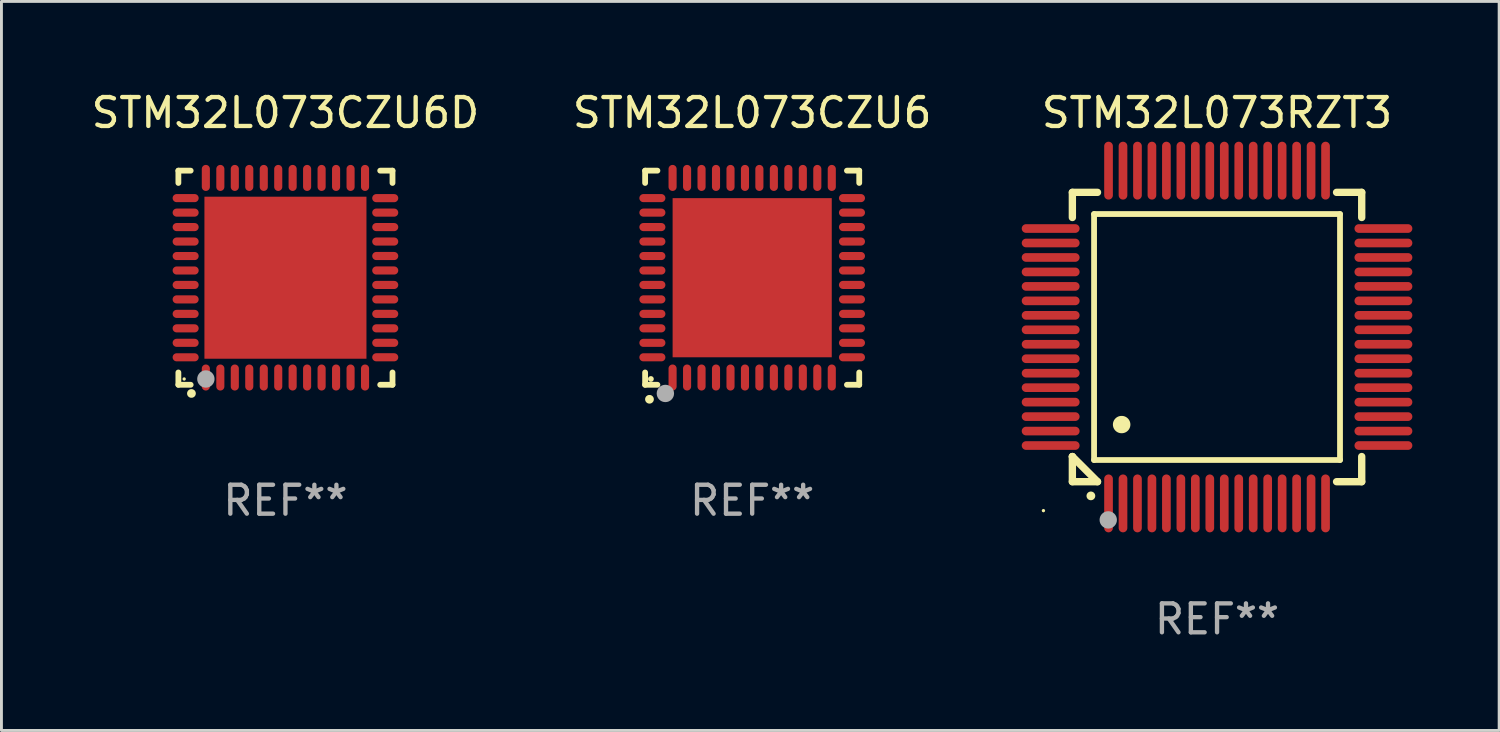
<source format=kicad_pcb>
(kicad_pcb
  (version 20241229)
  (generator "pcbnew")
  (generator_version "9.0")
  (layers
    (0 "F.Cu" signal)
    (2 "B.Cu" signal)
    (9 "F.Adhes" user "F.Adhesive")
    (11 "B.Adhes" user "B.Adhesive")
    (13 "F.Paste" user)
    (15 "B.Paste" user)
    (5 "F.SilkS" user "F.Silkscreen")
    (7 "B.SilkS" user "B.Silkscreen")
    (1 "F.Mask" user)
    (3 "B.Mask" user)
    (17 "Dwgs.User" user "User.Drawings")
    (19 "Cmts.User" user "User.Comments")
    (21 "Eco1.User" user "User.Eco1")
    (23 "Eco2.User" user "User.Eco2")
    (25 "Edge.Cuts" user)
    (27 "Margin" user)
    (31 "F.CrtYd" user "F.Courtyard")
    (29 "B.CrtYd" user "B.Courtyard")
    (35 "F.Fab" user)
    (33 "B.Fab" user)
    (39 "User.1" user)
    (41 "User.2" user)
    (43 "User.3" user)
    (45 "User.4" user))
  (footprint "STM32L073RZT3"
    (layer "F.Cu")
    (at 39.012 8.598)
    (property "Reference" "STM32L073RZT3" (at 0 -7.75 0) (layer "F.SilkS") (effects (font (size 1 1) (thickness 0.15))))
    (attr through_hole)
    (fp_line (start -5 -5) (end -4.131 -5) (stroke (width 0.254) (type solid)) (layer "F.SilkS"))
    (fp_line (start -5 -4.131) (end -5 -5) (stroke (width 0.254) (type solid)) (layer "F.SilkS"))
    (fp_line (start -5 4.131) (end -5 4.131) (stroke (width 0.254) (type solid)) (layer "F.SilkS"))
    (fp_line (start -5 5) (end -5 4.131) (stroke (width 0.254) (type solid)) (layer "F.SilkS"))
    (fp_line (start -5 4.131) (end -4.131 5) (stroke (width 0.254) (type solid)) (layer "F.SilkS"))
    (fp_line (start -4.25 -4.25) (end -4.25 4.25) (stroke (width 0.2) (type solid)) (layer "F.SilkS"))
    (fp_line (start -4.25 4.25) (end 4.25 4.25) (stroke (width 0.2) (type solid)) (layer "F.SilkS"))
    (fp_line (start -4.131 5) (end -5 5) (stroke (width 0.254) (type solid)) (layer "F.SilkS"))
    (fp_line (start 4.25 -4.25) (end -4.25 -4.25) (stroke (width 0.2) (type solid)) (layer "F.SilkS"))
    (fp_line (start 4.25 4.25) (end 4.25 -4.25) (stroke (width 0.2) (type solid)) (layer "F.SilkS"))
    (fp_line (start 5 -5) (end 4.131 -5) (stroke (width 0.254) (type solid)) (layer "F.SilkS"))
    (fp_line (start 5 -5) (end 5 -4.131) (stroke (width 0.254) (type solid)) (layer "F.SilkS"))
    (fp_line (start 5 4.131) (end 5 5) (stroke (width 0.254) (type solid)) (layer "F.SilkS"))
    (fp_line (start 5 5) (end 4.131 5) (stroke (width 0.254) (type solid)) (layer "F.SilkS"))
    (fp_arc (start -4.361265 5.489992) (mid -4.359995 5.489987) (end -4.358725 5.489992) (stroke (width 0.3) (type solid)) (layer "F.SilkS"))
    (fp_arc (start -3.299467 3.025146) (mid -3.296927 3.025135) (end -3.294387 3.025146) (stroke (width 0.6) (type solid)) (layer "F.SilkS"))
    (fp_circle (center -6 6) (end -5.97 6) (stroke (width 0.06) (type solid)) (fill no) (layer "F.SilkS"))
    (fp_circle (center -3.76 6.32) (end -3.61 6.32) (stroke (width 0.3) (type solid)) (fill no) (layer "F.Fab"))
    (fp_text user "REF**" (at 0 9.75 0) (layer "F.Fab") (effects (font (size 1 1) (thickness 0.15))))
    (pad "1" smd oval (at -3.75 5.75) (size 0.3 2) (layers "F.Cu" "F.Mask" "F.Paste"))
    (pad "2" smd oval (at -3.25 5.75) (size 0.3 2) (layers "F.Cu" "F.Mask" "F.Paste"))
    (pad "3" smd oval (at -2.75 5.75) (size 0.3 2) (layers "F.Cu" "F.Mask" "F.Paste"))
    (pad "4" smd oval (at -2.25 5.75) (size 0.3 2) (layers "F.Cu" "F.Mask" "F.Paste"))
    (pad "5" smd oval (at -1.75 5.75) (size 0.3 2) (layers "F.Cu" "F.Mask" "F.Paste"))
    (pad "6" smd oval (at -1.25 5.75) (size 0.3 2) (layers "F.Cu" "F.Mask" "F.Paste"))
    (pad "7" smd oval (at -0.75 5.75) (size 0.3 2) (layers "F.Cu" "F.Mask" "F.Paste"))
    (pad "8" smd oval (at -0.25 5.75) (size 0.3 2) (layers "F.Cu" "F.Mask" "F.Paste"))
    (pad "9" smd oval (at 0.25 5.75) (size 0.3 2) (layers "F.Cu" "F.Mask" "F.Paste"))
    (pad "10" smd oval (at 0.75 5.75) (size 0.3 2) (layers "F.Cu" "F.Mask" "F.Paste"))
    (pad "11" smd oval (at 1.25 5.75) (size 0.3 2) (layers "F.Cu" "F.Mask" "F.Paste"))
    (pad "12" smd oval (at 1.75 5.75) (size 0.3 2) (layers "F.Cu" "F.Mask" "F.Paste"))
    (pad "13" smd oval (at 2.25 5.75) (size 0.3 2) (layers "F.Cu" "F.Mask" "F.Paste"))
    (pad "14" smd oval (at 2.75 5.75) (size 0.3 2) (layers "F.Cu" "F.Mask" "F.Paste"))
    (pad "15" smd oval (at 3.25 5.75) (size 0.3 2) (layers "F.Cu" "F.Mask" "F.Paste"))
    (pad "16" smd oval (at 3.75 5.75) (size 0.3 2) (layers "F.Cu" "F.Mask" "F.Paste"))
    (pad "17" smd oval (at 5.75 3.75) (size 2 0.3) (layers "F.Cu" "F.Mask" "F.Paste"))
    (pad "18" smd oval (at 5.75 3.25) (size 2 0.3) (layers "F.Cu" "F.Mask" "F.Paste"))
    (pad "19" smd oval (at 5.75 2.75) (size 2 0.3) (layers "F.Cu" "F.Mask" "F.Paste"))
    (pad "20" smd oval (at 5.75 2.25) (size 2 0.3) (layers "F.Cu" "F.Mask" "F.Paste"))
    (pad "21" smd oval (at 5.75 1.75) (size 2 0.3) (layers "F.Cu" "F.Mask" "F.Paste"))
    (pad "22" smd oval (at 5.75 1.25) (size 2 0.3) (layers "F.Cu" "F.Mask" "F.Paste"))
    (pad "23" smd oval (at 5.75 0.75) (size 2 0.3) (layers "F.Cu" "F.Mask" "F.Paste"))
    (pad "24" smd oval (at 5.75 0.25) (size 2 0.3) (layers "F.Cu" "F.Mask" "F.Paste"))
    (pad "25" smd oval (at 5.75 -0.25) (size 2 0.3) (layers "F.Cu" "F.Mask" "F.Paste"))
    (pad "26" smd oval (at 5.75 -0.75) (size 2 0.3) (layers "F.Cu" "F.Mask" "F.Paste"))
    (pad "27" smd oval (at 5.75 -1.25) (size 2 0.3) (layers "F.Cu" "F.Mask" "F.Paste"))
    (pad "28" smd oval (at 5.75 -1.75) (size 2 0.3) (layers "F.Cu" "F.Mask" "F.Paste"))
    (pad "29" smd oval (at 5.75 -2.25) (size 2 0.3) (layers "F.Cu" "F.Mask" "F.Paste"))
    (pad "30" smd oval (at 5.75 -2.75) (size 2 0.3) (layers "F.Cu" "F.Mask" "F.Paste"))
    (pad "31" smd oval (at 5.75 -3.25) (size 2 0.3) (layers "F.Cu" "F.Mask" "F.Paste"))
    (pad "32" smd oval (at 5.75 -3.75) (size 2 0.3) (layers "F.Cu" "F.Mask" "F.Paste"))
    (pad "33" smd oval (at 3.75 -5.75) (size 0.3 2) (layers "F.Cu" "F.Mask" "F.Paste"))
    (pad "34" smd oval (at 3.25 -5.75) (size 0.3 2) (layers "F.Cu" "F.Mask" "F.Paste"))
    (pad "35" smd oval (at 2.75 -5.75) (size 0.3 2) (layers "F.Cu" "F.Mask" "F.Paste"))
    (pad "36" smd oval (at 2.25 -5.75) (size 0.3 2) (layers "F.Cu" "F.Mask" "F.Paste"))
    (pad "37" smd oval (at 1.75 -5.75) (size 0.3 2) (layers "F.Cu" "F.Mask" "F.Paste"))
    (pad "38" smd oval (at 1.25 -5.75) (size 0.3 2) (layers "F.Cu" "F.Mask" "F.Paste"))
    (pad "39" smd oval (at 0.75 -5.75) (size 0.3 2) (layers "F.Cu" "F.Mask" "F.Paste"))
    (pad "40" smd oval (at 0.25 -5.75) (size 0.3 2) (layers "F.Cu" "F.Mask" "F.Paste"))
    (pad "41" smd oval (at -0.25 -5.75) (size 0.3 2) (layers "F.Cu" "F.Mask" "F.Paste"))
    (pad "42" smd oval (at -0.75 -5.75) (size 0.3 2) (layers "F.Cu" "F.Mask" "F.Paste"))
    (pad "43" smd oval (at -1.25 -5.75) (size 0.3 2) (layers "F.Cu" "F.Mask" "F.Paste"))
    (pad "44" smd oval (at -1.75 -5.75) (size 0.3 2) (layers "F.Cu" "F.Mask" "F.Paste"))
    (pad "45" smd oval (at -2.25 -5.75) (size 0.3 2) (layers "F.Cu" "F.Mask" "F.Paste"))
    (pad "46" smd oval (at -2.75 -5.75) (size 0.3 2) (layers "F.Cu" "F.Mask" "F.Paste"))
    (pad "47" smd oval (at -3.25 -5.75) (size 0.3 2) (layers "F.Cu" "F.Mask" "F.Paste"))
    (pad "48" smd oval (at -3.75 -5.75) (size 0.3 2) (layers "F.Cu" "F.Mask" "F.Paste"))
    (pad "49" smd oval (at -5.75 -3.75) (size 2 0.3) (layers "F.Cu" "F.Mask" "F.Paste"))
    (pad "50" smd oval (at -5.75 -3.25) (size 2 0.3) (layers "F.Cu" "F.Mask" "F.Paste"))
    (pad "51" smd oval (at -5.75 -2.75) (size 2 0.3) (layers "F.Cu" "F.Mask" "F.Paste"))
    (pad "52" smd oval (at -5.75 -2.25) (size 2 0.3) (layers "F.Cu" "F.Mask" "F.Paste"))
    (pad "53" smd oval (at -5.75 -1.75) (size 2 0.3) (layers "F.Cu" "F.Mask" "F.Paste"))
    (pad "54" smd oval (at -5.75 -1.25) (size 2 0.3) (layers "F.Cu" "F.Mask" "F.Paste"))
    (pad "55" smd oval (at -5.75 -0.75) (size 2 0.3) (layers "F.Cu" "F.Mask" "F.Paste"))
    (pad "56" smd oval (at -5.75 -0.25) (size 2 0.3) (layers "F.Cu" "F.Mask" "F.Paste"))
    (pad "57" smd oval (at -5.75 0.25) (size 2 0.3) (layers "F.Cu" "F.Mask" "F.Paste"))
    (pad "58" smd oval (at -5.75 0.75) (size 2 0.3) (layers "F.Cu" "F.Mask" "F.Paste"))
    (pad "59" smd oval (at -5.75 1.25) (size 2 0.3) (layers "F.Cu" "F.Mask" "F.Paste"))
    (pad "60" smd oval (at -5.75 1.75) (size 2 0.3) (layers "F.Cu" "F.Mask" "F.Paste"))
    (pad "61" smd oval (at -5.75 2.25) (size 2 0.3) (layers "F.Cu" "F.Mask" "F.Paste"))
    (pad "62" smd oval (at -5.75 2.75) (size 2 0.3) (layers "F.Cu" "F.Mask" "F.Paste"))
    (pad "63" smd oval (at -5.75 3.25) (size 2 0.3) (layers "F.Cu" "F.Mask" "F.Paste"))
    (pad "64" smd oval (at -5.75 3.75) (size 2 0.3) (layers "F.Cu" "F.Mask" "F.Paste")))
  (footprint "STM32L073CZU6D"
    (layer "F.Cu")
    (at 6.815 6.548)
    (property "Reference" "STM32L073CZU6D" (at 0 -5.7 0) (layer "F.SilkS") (effects (font (size 1 1) (thickness 0.15))))
    (attr through_hole)
    (fp_line (start -3.7 -3.7) (end -3.275 -3.7) (stroke (width 0.2) (type solid)) (layer "F.SilkS"))
    (fp_line (start -3.7 -3.275) (end -3.7 -3.7) (stroke (width 0.2) (type solid)) (layer "F.SilkS"))
    (fp_line (start -3.7 3.7) (end -3.7 3.275) (stroke (width 0.2) (type solid)) (layer "F.SilkS"))
    (fp_line (start -3.275 3.7) (end -3.7 3.7) (stroke (width 0.2) (type solid)) (layer "F.SilkS"))
    (fp_line (start 3.7 -3.7) (end 3.275 -3.7) (stroke (width 0.2) (type solid)) (layer "F.SilkS"))
    (fp_line (start 3.7 -3.275) (end 3.7 -3.7) (stroke (width 0.2) (type solid)) (layer "F.SilkS"))
    (fp_line (start 3.7 3.275) (end 3.7 3.7) (stroke (width 0.2) (type solid)) (layer "F.SilkS"))
    (fp_line (start 3.7 3.7) (end 3.275 3.7) (stroke (width 0.2) (type solid)) (layer "F.SilkS"))
    (fp_arc (start -3.249936 3.999975) (mid -3.248666 3.99997) (end -3.247396 3.999975) (stroke (width 0.3) (type solid)) (layer "F.SilkS"))
    (fp_circle (center -3.5 3.5) (end -3.47 3.5) (stroke (width 0.06) (type solid)) (fill no) (layer "F.SilkS"))
    (fp_circle (center -2.75 3.5) (end -2.6 3.5) (stroke (width 0.3) (type solid)) (fill no) (layer "F.Fab"))
    (fp_text user "REF**" (at 0 7.7 0) (layer "F.Fab") (effects (font (size 1 1) (thickness 0.15))))
    (pad "1" smd oval (at -2.751 3.449) (size 0.28 0.9) (layers "F.Cu" "F.Mask" "F.Paste"))
    (pad "2" smd oval (at -2.25 3.449) (size 0.28 0.9) (layers "F.Cu" "F.Mask" "F.Paste"))
    (pad "3" smd oval (at -1.75 3.449) (size 0.28 0.9) (layers "F.Cu" "F.Mask" "F.Paste"))
    (pad "4" smd oval (at -1.25 3.449) (size 0.28 0.9) (layers "F.Cu" "F.Mask" "F.Paste"))
    (pad "5" smd oval (at -0.749 3.449) (size 0.28 0.9) (layers "F.Cu" "F.Mask" "F.Paste"))
    (pad "6" smd oval (at -0.249 3.449) (size 0.28 0.9) (layers "F.Cu" "F.Mask" "F.Paste"))
    (pad "7" smd oval (at 0.249 3.449) (size 0.28 0.9) (layers "F.Cu" "F.Mask" "F.Paste"))
    (pad "8" smd oval (at 0.749 3.449) (size 0.28 0.9) (layers "F.Cu" "F.Mask" "F.Paste"))
    (pad "9" smd oval (at 1.25 3.449) (size 0.28 0.9) (layers "F.Cu" "F.Mask" "F.Paste"))
    (pad "10" smd oval (at 1.75 3.449) (size 0.28 0.9) (layers "F.Cu" "F.Mask" "F.Paste"))
    (pad "11" smd oval (at 2.251 3.449) (size 0.28 0.9) (layers "F.Cu" "F.Mask" "F.Paste"))
    (pad "12" smd oval (at 2.751 3.449) (size 0.28 0.9) (layers "F.Cu" "F.Mask" "F.Paste"))
    (pad "13" smd oval (at 3.449 2.75) (size 0.9 0.28) (layers "F.Cu" "F.Mask" "F.Paste"))
    (pad "14" smd oval (at 3.449 2.25) (size 0.9 0.28) (layers "F.Cu" "F.Mask" "F.Paste"))
    (pad "15" smd oval (at 3.449 1.75) (size 0.9 0.28) (layers "F.Cu" "F.Mask" "F.Paste"))
    (pad "16" smd oval (at 3.449 1.25) (size 0.9 0.28) (layers "F.Cu" "F.Mask" "F.Paste"))
    (pad "17" smd oval (at 3.449 0.75) (size 0.9 0.28) (layers "F.Cu" "F.Mask" "F.Paste"))
    (pad "18" smd oval (at 3.449 0.25) (size 0.9 0.28) (layers "F.Cu" "F.Mask" "F.Paste"))
    (pad "19" smd oval (at 3.449 -0.25) (size 0.9 0.28) (layers "F.Cu" "F.Mask" "F.Paste"))
    (pad "20" smd oval (at 3.449 -0.75) (size 0.9 0.28) (layers "F.Cu" "F.Mask" "F.Paste"))
    (pad "21" smd oval (at 3.449 -1.25) (size 0.9 0.28) (layers "F.Cu" "F.Mask" "F.Paste"))
    (pad "22" smd oval (at 3.449 -1.75) (size 0.9 0.28) (layers "F.Cu" "F.Mask" "F.Paste"))
    (pad "23" smd oval (at 3.449 -2.25) (size 0.9 0.28) (layers "F.Cu" "F.Mask" "F.Paste"))
    (pad "24" smd oval (at 3.449 -2.75) (size 0.9 0.28) (layers "F.Cu" "F.Mask" "F.Paste"))
    (pad "25" smd oval (at 2.751 -3.449) (size 0.28 0.9) (layers "F.Cu" "F.Mask" "F.Paste"))
    (pad "26" smd oval (at 2.251 -3.449) (size 0.28 0.9) (layers "F.Cu" "F.Mask" "F.Paste"))
    (pad "27" smd oval (at 1.75 -3.449) (size 0.28 0.9) (layers "F.Cu" "F.Mask" "F.Paste"))
    (pad "28" smd oval (at 1.25 -3.449) (size 0.28 0.9) (layers "F.Cu" "F.Mask" "F.Paste"))
    (pad "29" smd oval (at 0.749 -3.449) (size 0.28 0.9) (layers "F.Cu" "F.Mask" "F.Paste"))
    (pad "30" smd oval (at 0.249 -3.449) (size 0.28 0.9) (layers "F.Cu" "F.Mask" "F.Paste"))
    (pad "31" smd oval (at -0.249 -3.449) (size 0.28 0.9) (layers "F.Cu" "F.Mask" "F.Paste"))
    (pad "32" smd oval (at -0.749 -3.449) (size 0.28 0.9) (layers "F.Cu" "F.Mask" "F.Paste"))
    (pad "33" smd oval (at -1.25 -3.449) (size 0.28 0.9) (layers "F.Cu" "F.Mask" "F.Paste"))
    (pad "34" smd oval (at -1.75 -3.449) (size 0.28 0.9) (layers "F.Cu" "F.Mask" "F.Paste"))
    (pad "35" smd oval (at -2.25 -3.449) (size 0.28 0.9) (layers "F.Cu" "F.Mask" "F.Paste"))
    (pad "36" smd oval (at -2.751 -3.449) (size 0.28 0.9) (layers "F.Cu" "F.Mask" "F.Paste"))
    (pad "37" smd oval (at -3.449 -2.751) (size 0.9 0.28) (layers "F.Cu" "F.Mask" "F.Paste"))
    (pad "38" smd oval (at -3.449 -2.25) (size 0.9 0.28) (layers "F.Cu" "F.Mask" "F.Paste"))
    (pad "39" smd oval (at -3.449 -1.75) (size 0.9 0.28) (layers "F.Cu" "F.Mask" "F.Paste"))
    (pad "40" smd oval (at -3.449 -1.25) (size 0.9 0.28) (layers "F.Cu" "F.Mask" "F.Paste"))
    (pad "41" smd oval (at -3.449 -0.749) (size 0.9 0.28) (layers "F.Cu" "F.Mask" "F.Paste"))
    (pad "42" smd oval (at -3.449 -0.249) (size 0.9 0.28) (layers "F.Cu" "F.Mask" "F.Paste"))
    (pad "43" smd oval (at -3.449 0.249) (size 0.9 0.28) (layers "F.Cu" "F.Mask" "F.Paste"))
    (pad "44" smd oval (at -3.449 0.749) (size 0.9 0.28) (layers "F.Cu" "F.Mask" "F.Paste"))
    (pad "45" smd oval (at -3.449 1.25) (size 0.9 0.28) (layers "F.Cu" "F.Mask" "F.Paste"))
    (pad "46" smd oval (at -3.449 1.75) (size 0.9 0.28) (layers "F.Cu" "F.Mask" "F.Paste"))
    (pad "47" smd oval (at -3.449 2.25) (size 0.9 0.28) (layers "F.Cu" "F.Mask" "F.Paste"))
    (pad "48" smd oval (at -3.449 2.751) (size 0.9 0.28) (layers "F.Cu" "F.Mask" "F.Paste"))
    (pad "49" smd rect (at 0.000076 -0.000025) (size 5.6 5.6) (layers "F.Cu" "F.Mask" "F.Paste")))
  (footprint "STM32L073CZU6"
    (layer "F.Cu")
    (at 22.946 6.548)
    (property "Reference" "STM32L073CZU6" (at 0 -5.7 0) (layer "F.SilkS") (effects (font (size 1 1) (thickness 0.15))))
    (attr through_hole)
    (fp_line (start -3.7 -3.7) (end -3.275 -3.7) (stroke (width 0.2) (type solid)) (layer "F.SilkS"))
    (fp_line (start -3.7 -3.275) (end -3.7 -3.7) (stroke (width 0.2) (type solid)) (layer "F.SilkS"))
    (fp_line (start -3.7 3.7) (end -3.7 3.275) (stroke (width 0.2) (type solid)) (layer "F.SilkS"))
    (fp_line (start -3.275 3.7) (end -3.7 3.7) (stroke (width 0.2) (type solid)) (layer "F.SilkS"))
    (fp_line (start 3.7 -3.7) (end 3.275 -3.7) (stroke (width 0.2) (type solid)) (layer "F.SilkS"))
    (fp_line (start 3.7 -3.275) (end 3.7 -3.7) (stroke (width 0.2) (type solid)) (layer "F.SilkS"))
    (fp_line (start 3.7 3.275) (end 3.7 3.7) (stroke (width 0.2) (type solid)) (layer "F.SilkS"))
    (fp_line (start 3.7 3.7) (end 3.275 3.7) (stroke (width 0.2) (type solid)) (layer "F.SilkS"))
    (fp_arc (start -3.550927 4.201168) (mid -3.549657 4.201163) (end -3.548387 4.201168) (stroke (width 0.3) (type solid)) (layer "F.SilkS"))
    (fp_circle (center -3.5 3.5) (end -3.45 3.5) (stroke (width 0.1) (type solid)) (fill no) (layer "F.SilkS"))
    (fp_circle (center -3 4) (end -2.85 4) (stroke (width 0.3) (type solid)) (fill no) (layer "F.Fab"))
    (fp_text user "REF**" (at 0 7.7 0) (layer "F.Fab") (effects (font (size 1 1) (thickness 0.15))))
    (pad "1" smd oval (at -2.751 3.449) (size 0.28 0.9) (layers "F.Cu" "F.Mask" "F.Paste"))
    (pad "2" smd oval (at -2.25 3.449) (size 0.28 0.9) (layers "F.Cu" "F.Mask" "F.Paste"))
    (pad "3" smd oval (at -1.75 3.449) (size 0.28 0.9) (layers "F.Cu" "F.Mask" "F.Paste"))
    (pad "4" smd oval (at -1.25 3.449) (size 0.28 0.9) (layers "F.Cu" "F.Mask" "F.Paste"))
    (pad "5" smd oval (at -0.749 3.449) (size 0.28 0.9) (layers "F.Cu" "F.Mask" "F.Paste"))
    (pad "6" smd oval (at -0.249 3.449) (size 0.28 0.9) (layers "F.Cu" "F.Mask" "F.Paste"))
    (pad "7" smd oval (at 0.249 3.449) (size 0.28 0.9) (layers "F.Cu" "F.Mask" "F.Paste"))
    (pad "8" smd oval (at 0.749 3.449) (size 0.28 0.9) (layers "F.Cu" "F.Mask" "F.Paste"))
    (pad "9" smd oval (at 1.25 3.449) (size 0.28 0.9) (layers "F.Cu" "F.Mask" "F.Paste"))
    (pad "10" smd oval (at 1.75 3.449) (size 0.28 0.9) (layers "F.Cu" "F.Mask" "F.Paste"))
    (pad "11" smd oval (at 2.251 3.449) (size 0.28 0.9) (layers "F.Cu" "F.Mask" "F.Paste"))
    (pad "12" smd oval (at 2.751 3.449) (size 0.28 0.9) (layers "F.Cu" "F.Mask" "F.Paste"))
    (pad "13" smd oval (at 3.449 2.751) (size 0.9 0.28) (layers "F.Cu" "F.Mask" "F.Paste"))
    (pad "14" smd oval (at 3.449 2.251) (size 0.9 0.28) (layers "F.Cu" "F.Mask" "F.Paste"))
    (pad "15" smd oval (at 3.449 1.75) (size 0.9 0.28) (layers "F.Cu" "F.Mask" "F.Paste"))
    (pad "16" smd oval (at 3.449 1.25) (size 0.9 0.28) (layers "F.Cu" "F.Mask" "F.Paste"))
    (pad "17" smd oval (at 3.449 0.749) (size 0.9 0.28) (layers "F.Cu" "F.Mask" "F.Paste"))
    (pad "18" smd oval (at 3.449 0.249) (size 0.9 0.28) (layers "F.Cu" "F.Mask" "F.Paste"))
    (pad "19" smd oval (at 3.449 -0.249) (size 0.9 0.28) (layers "F.Cu" "F.Mask" "F.Paste"))
    (pad "20" smd oval (at 3.449 -0.749) (size 0.9 0.28) (layers "F.Cu" "F.Mask" "F.Paste"))
    (pad "21" smd oval (at 3.449 -1.25) (size 0.9 0.28) (layers "F.Cu" "F.Mask" "F.Paste"))
    (pad "22" smd oval (at 3.449 -1.75) (size 0.9 0.28) (layers "F.Cu" "F.Mask" "F.Paste"))
    (pad "23" smd oval (at 3.449 -2.25) (size 0.9 0.28) (layers "F.Cu" "F.Mask" "F.Paste"))
    (pad "24" smd oval (at 3.449 -2.751) (size 0.9 0.28) (layers "F.Cu" "F.Mask" "F.Paste"))
    (pad "25" smd oval (at 2.751 -3.449) (size 0.28 0.9) (layers "F.Cu" "F.Mask" "F.Paste"))
    (pad "26" smd oval (at 2.251 -3.449) (size 0.28 0.9) (layers "F.Cu" "F.Mask" "F.Paste"))
    (pad "27" smd oval (at 1.75 -3.449) (size 0.28 0.9) (layers "F.Cu" "F.Mask" "F.Paste"))
    (pad "28" smd oval (at 1.25 -3.449) (size 0.28 0.9) (layers "F.Cu" "F.Mask" "F.Paste"))
    (pad "29" smd oval (at 0.749 -3.449) (size 0.28 0.9) (layers "F.Cu" "F.Mask" "F.Paste"))
    (pad "30" smd oval (at 0.249 -3.449) (size 0.28 0.9) (layers "F.Cu" "F.Mask" "F.Paste"))
    (pad "31" smd oval (at -0.249 -3.449) (size 0.28 0.9) (layers "F.Cu" "F.Mask" "F.Paste"))
    (pad "32" smd oval (at -0.749 -3.449) (size 0.28 0.9) (layers "F.Cu" "F.Mask" "F.Paste"))
    (pad "33" smd oval (at -1.25 -3.449) (size 0.28 0.9) (layers "F.Cu" "F.Mask" "F.Paste"))
    (pad "34" smd oval (at -1.75 -3.449) (size 0.28 0.9) (layers "F.Cu" "F.Mask" "F.Paste"))
    (pad "35" smd oval (at -2.25 -3.449) (size 0.28 0.9) (layers "F.Cu" "F.Mask" "F.Paste"))
    (pad "36" smd oval (at -2.751 -3.449) (size 0.28 0.9) (layers "F.Cu" "F.Mask" "F.Paste"))
    (pad "37" smd oval (at -3.449 -2.751) (size 0.9 0.28) (layers "F.Cu" "F.Mask" "F.Paste"))
    (pad "38" smd oval (at -3.449 -2.25) (size 0.9 0.28) (layers "F.Cu" "F.Mask" "F.Paste"))
    (pad "39" smd oval (at -3.449 -1.75) (size 0.9 0.28) (layers "F.Cu" "F.Mask" "F.Paste"))
    (pad "40" smd oval (at -3.449 -1.25) (size 0.9 0.28) (layers "F.Cu" "F.Mask" "F.Paste"))
    (pad "41" smd oval (at -3.449 -0.749) (size 0.9 0.28) (layers "F.Cu" "F.Mask" "F.Paste"))
    (pad "42" smd oval (at -3.449 -0.249) (size 0.9 0.28) (layers "F.Cu" "F.Mask" "F.Paste"))
    (pad "43" smd oval (at -3.449 0.249) (size 0.9 0.28) (layers "F.Cu" "F.Mask" "F.Paste"))
    (pad "44" smd oval (at -3.449 0.749) (size 0.9 0.28) (layers "F.Cu" "F.Mask" "F.Paste"))
    (pad "45" smd oval (at -3.449 1.25) (size 0.9 0.28) (layers "F.Cu" "F.Mask" "F.Paste"))
    (pad "46" smd oval (at -3.449 1.75) (size 0.9 0.28) (layers "F.Cu" "F.Mask" "F.Paste"))
    (pad "47" smd oval (at -3.449 2.251) (size 0.9 0.28) (layers "F.Cu" "F.Mask" "F.Paste"))
    (pad "48" smd oval (at -3.449 2.751) (size 0.9 0.28) (layers "F.Cu" "F.Mask" "F.Paste"))
    (pad "49" smd rect (at 0.000076 0.000076) (size 5.5 5.5) (layers "F.Cu" "F.Mask" "F.Paste")))
  (gr_rect
    (start -3 -3)
    (end 48.762 22.196)
    (stroke (width 0.1) (type default))
    (fill no)
    (layer "Edge.Cuts")))
</source>
